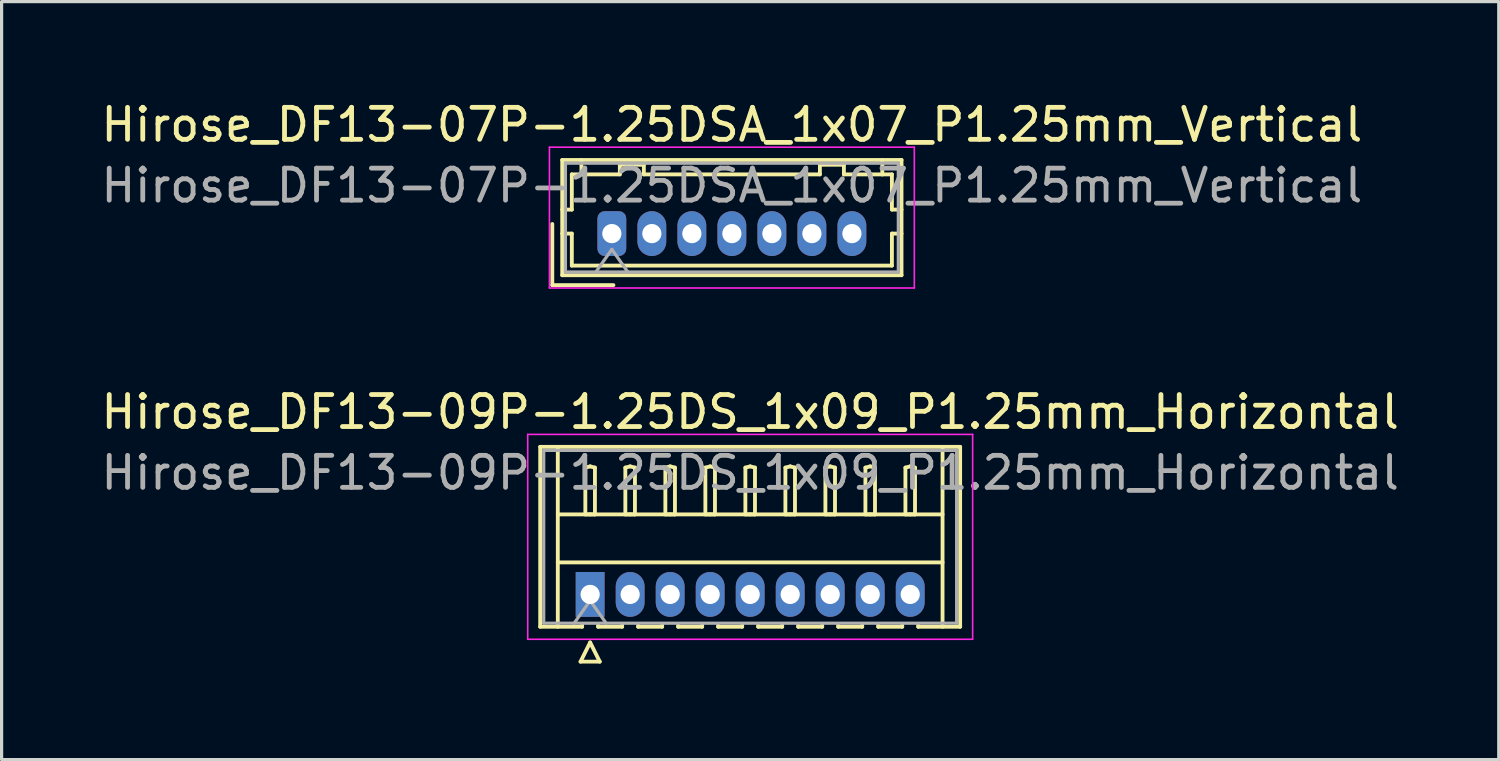
<source format=kicad_pcb>
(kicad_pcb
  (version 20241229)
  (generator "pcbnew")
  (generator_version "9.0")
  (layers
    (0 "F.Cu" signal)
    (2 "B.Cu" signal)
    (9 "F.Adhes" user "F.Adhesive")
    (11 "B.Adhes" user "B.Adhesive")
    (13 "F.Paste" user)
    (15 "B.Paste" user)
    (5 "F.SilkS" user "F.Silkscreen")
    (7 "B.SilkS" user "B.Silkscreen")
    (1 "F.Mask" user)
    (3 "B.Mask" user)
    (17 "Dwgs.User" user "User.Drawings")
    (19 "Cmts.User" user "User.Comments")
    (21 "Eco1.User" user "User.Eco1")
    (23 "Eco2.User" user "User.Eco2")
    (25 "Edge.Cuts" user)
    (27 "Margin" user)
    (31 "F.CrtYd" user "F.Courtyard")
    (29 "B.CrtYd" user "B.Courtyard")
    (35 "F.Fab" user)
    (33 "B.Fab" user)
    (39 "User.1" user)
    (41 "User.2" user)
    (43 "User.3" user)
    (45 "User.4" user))
  (footprint "Hirose_DF13-09P-1.25DS_1x09_P1.25mm_Horizontal"
    (layer "F.Cu")
    (at 15.387 15.521)
    (property "Reference" "Hirose_DF13-09P-1.25DS_1x09_P1.25mm_Horizontal" (at 5 -5.7 0) (layer "F.SilkS") (effects (font (size 1 1) (thickness 0.15))))
    (attr through_hole)
    (fp_line (start -1.56 -4.61) (end 11.56 -4.61) (stroke (width 0.12) (type solid)) (layer "F.SilkS"))
    (fp_line (start -1.56 1.01) (end -1.56 -4.61) (stroke (width 0.12) (type solid)) (layer "F.SilkS"))
    (fp_line (start -1.01 -4.61) (end -1.01 1.01) (stroke (width 0.12) (type solid)) (layer "F.SilkS"))
    (fp_line (start -1.01 -2.5) (end 11.01 -2.5) (stroke (width 0.12) (type solid)) (layer "F.SilkS"))
    (fp_line (start -1.01 -1) (end 11.01 -1) (stroke (width 0.12) (type solid)) (layer "F.SilkS"))
    (fp_line (start -0.3 2.1) (end 0.3 2.1) (stroke (width 0.12) (type solid)) (layer "F.SilkS"))
    (fp_line (start -0.25 0.96) (end -0.25 1.01) (stroke (width 0.12) (type solid)) (layer "F.SilkS"))
    (fp_line (start -0.25 1.01) (end -1.56 1.01) (stroke (width 0.12) (type solid)) (layer "F.SilkS"))
    (fp_line (start -0.15 -3.962) (end 0 -4) (stroke (width 0.12) (type solid)) (layer "F.SilkS"))
    (fp_line (start -0.15 -2.5) (end -0.15 -3.962) (stroke (width 0.12) (type solid)) (layer "F.SilkS"))
    (fp_line (start 0 -4) (end 0.15 -3.962) (stroke (width 0.12) (type solid)) (layer "F.SilkS"))
    (fp_line (start 0 -2.5) (end -0.15 -2.5) (stroke (width 0.12) (type solid)) (layer "F.SilkS"))
    (fp_line (start 0 1.5) (end -0.3 2.1) (stroke (width 0.12) (type solid)) (layer "F.SilkS"))
    (fp_line (start 0.15 -3.962) (end 0.15 -2.5) (stroke (width 0.12) (type solid)) (layer "F.SilkS"))
    (fp_line (start 0.15 -2.5) (end 0 -2.5) (stroke (width 0.12) (type solid)) (layer "F.SilkS"))
    (fp_line (start 0.25 0.96) (end 0.25 1.01) (stroke (width 0.12) (type solid)) (layer "F.SilkS"))
    (fp_line (start 0.25 1.01) (end 1 1.01) (stroke (width 0.12) (type solid)) (layer "F.SilkS"))
    (fp_line (start 0.3 2.1) (end 0 1.5) (stroke (width 0.12) (type solid)) (layer "F.SilkS"))
    (fp_line (start 1 1.01) (end 1 0.96) (stroke (width 0.12) (type solid)) (layer "F.SilkS"))
    (fp_line (start 1.1 -3.962) (end 1.25 -4) (stroke (width 0.12) (type solid)) (layer "F.SilkS"))
    (fp_line (start 1.1 -2.5) (end 1.1 -3.962) (stroke (width 0.12) (type solid)) (layer "F.SilkS"))
    (fp_line (start 1.25 -4) (end 1.4 -3.962) (stroke (width 0.12) (type solid)) (layer "F.SilkS"))
    (fp_line (start 1.25 -2.5) (end 1.1 -2.5) (stroke (width 0.12) (type solid)) (layer "F.SilkS"))
    (fp_line (start 1.4 -3.962) (end 1.4 -2.5) (stroke (width 0.12) (type solid)) (layer "F.SilkS"))
    (fp_line (start 1.4 -2.5) (end 1.25 -2.5) (stroke (width 0.12) (type solid)) (layer "F.SilkS"))
    (fp_line (start 1.5 0.96) (end 1.5 1.01) (stroke (width 0.12) (type solid)) (layer "F.SilkS"))
    (fp_line (start 1.5 1.01) (end 2.25 1.01) (stroke (width 0.12) (type solid)) (layer "F.SilkS"))
    (fp_line (start 2.25 1.01) (end 2.25 0.96) (stroke (width 0.12) (type solid)) (layer "F.SilkS"))
    (fp_line (start 2.35 -3.962) (end 2.5 -4) (stroke (width 0.12) (type solid)) (layer "F.SilkS"))
    (fp_line (start 2.35 -2.5) (end 2.35 -3.962) (stroke (width 0.12) (type solid)) (layer "F.SilkS"))
    (fp_line (start 2.5 -4) (end 2.65 -3.962) (stroke (width 0.12) (type solid)) (layer "F.SilkS"))
    (fp_line (start 2.5 -2.5) (end 2.35 -2.5) (stroke (width 0.12) (type solid)) (layer "F.SilkS"))
    (fp_line (start 2.65 -3.962) (end 2.65 -2.5) (stroke (width 0.12) (type solid)) (layer "F.SilkS"))
    (fp_line (start 2.65 -2.5) (end 2.5 -2.5) (stroke (width 0.12) (type solid)) (layer "F.SilkS"))
    (fp_line (start 2.75 0.96) (end 2.75 1.01) (stroke (width 0.12) (type solid)) (layer "F.SilkS"))
    (fp_line (start 2.75 1.01) (end 3.5 1.01) (stroke (width 0.12) (type solid)) (layer "F.SilkS"))
    (fp_line (start 3.5 1.01) (end 3.5 0.96) (stroke (width 0.12) (type solid)) (layer "F.SilkS"))
    (fp_line (start 3.6 -3.962) (end 3.75 -4) (stroke (width 0.12) (type solid)) (layer "F.SilkS"))
    (fp_line (start 3.6 -2.5) (end 3.6 -3.962) (stroke (width 0.12) (type solid)) (layer "F.SilkS"))
    (fp_line (start 3.75 -4) (end 3.9 -3.962) (stroke (width 0.12) (type solid)) (layer "F.SilkS"))
    (fp_line (start 3.75 -2.5) (end 3.6 -2.5) (stroke (width 0.12) (type solid)) (layer "F.SilkS"))
    (fp_line (start 3.9 -3.962) (end 3.9 -2.5) (stroke (width 0.12) (type solid)) (layer "F.SilkS"))
    (fp_line (start 3.9 -2.5) (end 3.75 -2.5) (stroke (width 0.12) (type solid)) (layer "F.SilkS"))
    (fp_line (start 4 0.96) (end 4 1.01) (stroke (width 0.12) (type solid)) (layer "F.SilkS"))
    (fp_line (start 4 1.01) (end 4.75 1.01) (stroke (width 0.12) (type solid)) (layer "F.SilkS"))
    (fp_line (start 4.75 1.01) (end 4.75 0.96) (stroke (width 0.12) (type solid)) (layer "F.SilkS"))
    (fp_line (start 4.85 -3.962) (end 5 -4) (stroke (width 0.12) (type solid)) (layer "F.SilkS"))
    (fp_line (start 4.85 -2.5) (end 4.85 -3.962) (stroke (width 0.12) (type solid)) (layer "F.SilkS"))
    (fp_line (start 5 -4) (end 5.15 -3.962) (stroke (width 0.12) (type solid)) (layer "F.SilkS"))
    (fp_line (start 5 -2.5) (end 4.85 -2.5) (stroke (width 0.12) (type solid)) (layer "F.SilkS"))
    (fp_line (start 5.15 -3.962) (end 5.15 -2.5) (stroke (width 0.12) (type solid)) (layer "F.SilkS"))
    (fp_line (start 5.15 -2.5) (end 5 -2.5) (stroke (width 0.12) (type solid)) (layer "F.SilkS"))
    (fp_line (start 5.25 0.96) (end 5.25 1.01) (stroke (width 0.12) (type solid)) (layer "F.SilkS"))
    (fp_line (start 5.25 1.01) (end 6 1.01) (stroke (width 0.12) (type solid)) (layer "F.SilkS"))
    (fp_line (start 6 1.01) (end 6 0.96) (stroke (width 0.12) (type solid)) (layer "F.SilkS"))
    (fp_line (start 6.1 -3.962) (end 6.25 -4) (stroke (width 0.12) (type solid)) (layer "F.SilkS"))
    (fp_line (start 6.1 -2.5) (end 6.1 -3.962) (stroke (width 0.12) (type solid)) (layer "F.SilkS"))
    (fp_line (start 6.25 -4) (end 6.4 -3.962) (stroke (width 0.12) (type solid)) (layer "F.SilkS"))
    (fp_line (start 6.25 -2.5) (end 6.1 -2.5) (stroke (width 0.12) (type solid)) (layer "F.SilkS"))
    (fp_line (start 6.4 -3.962) (end 6.4 -2.5) (stroke (width 0.12) (type solid)) (layer "F.SilkS"))
    (fp_line (start 6.4 -2.5) (end 6.25 -2.5) (stroke (width 0.12) (type solid)) (layer "F.SilkS"))
    (fp_line (start 6.5 0.96) (end 6.5 1.01) (stroke (width 0.12) (type solid)) (layer "F.SilkS"))
    (fp_line (start 6.5 1.01) (end 7.25 1.01) (stroke (width 0.12) (type solid)) (layer "F.SilkS"))
    (fp_line (start 7.25 1.01) (end 7.25 0.96) (stroke (width 0.12) (type solid)) (layer "F.SilkS"))
    (fp_line (start 7.35 -3.962) (end 7.5 -4) (stroke (width 0.12) (type solid)) (layer "F.SilkS"))
    (fp_line (start 7.35 -2.5) (end 7.35 -3.962) (stroke (width 0.12) (type solid)) (layer "F.SilkS"))
    (fp_line (start 7.5 -4) (end 7.65 -3.962) (stroke (width 0.12) (type solid)) (layer "F.SilkS"))
    (fp_line (start 7.5 -2.5) (end 7.35 -2.5) (stroke (width 0.12) (type solid)) (layer "F.SilkS"))
    (fp_line (start 7.65 -3.962) (end 7.65 -2.5) (stroke (width 0.12) (type solid)) (layer "F.SilkS"))
    (fp_line (start 7.65 -2.5) (end 7.5 -2.5) (stroke (width 0.12) (type solid)) (layer "F.SilkS"))
    (fp_line (start 7.75 0.96) (end 7.75 1.01) (stroke (width 0.12) (type solid)) (layer "F.SilkS"))
    (fp_line (start 7.75 1.01) (end 8.5 1.01) (stroke (width 0.12) (type solid)) (layer "F.SilkS"))
    (fp_line (start 8.5 1.01) (end 8.5 0.96) (stroke (width 0.12) (type solid)) (layer "F.SilkS"))
    (fp_line (start 8.6 -3.962) (end 8.75 -4) (stroke (width 0.12) (type solid)) (layer "F.SilkS"))
    (fp_line (start 8.6 -2.5) (end 8.6 -3.962) (stroke (width 0.12) (type solid)) (layer "F.SilkS"))
    (fp_line (start 8.75 -4) (end 8.9 -3.962) (stroke (width 0.12) (type solid)) (layer "F.SilkS"))
    (fp_line (start 8.75 -2.5) (end 8.6 -2.5) (stroke (width 0.12) (type solid)) (layer "F.SilkS"))
    (fp_line (start 8.9 -3.962) (end 8.9 -2.5) (stroke (width 0.12) (type solid)) (layer "F.SilkS"))
    (fp_line (start 8.9 -2.5) (end 8.75 -2.5) (stroke (width 0.12) (type solid)) (layer "F.SilkS"))
    (fp_line (start 9 0.96) (end 9 1.01) (stroke (width 0.12) (type solid)) (layer "F.SilkS"))
    (fp_line (start 9 1.01) (end 9.75 1.01) (stroke (width 0.12) (type solid)) (layer "F.SilkS"))
    (fp_line (start 9.75 1.01) (end 9.75 0.96) (stroke (width 0.12) (type solid)) (layer "F.SilkS"))
    (fp_line (start 9.85 -3.962) (end 10 -4) (stroke (width 0.12) (type solid)) (layer "F.SilkS"))
    (fp_line (start 9.85 -2.5) (end 9.85 -3.962) (stroke (width 0.12) (type solid)) (layer "F.SilkS"))
    (fp_line (start 10 -4) (end 10.15 -3.962) (stroke (width 0.12) (type solid)) (layer "F.SilkS"))
    (fp_line (start 10 -2.5) (end 9.85 -2.5) (stroke (width 0.12) (type solid)) (layer "F.SilkS"))
    (fp_line (start 10.15 -3.962) (end 10.15 -2.5) (stroke (width 0.12) (type solid)) (layer "F.SilkS"))
    (fp_line (start 10.15 -2.5) (end 10 -2.5) (stroke (width 0.12) (type solid)) (layer "F.SilkS"))
    (fp_line (start 10.25 1.01) (end 10.25 0.96) (stroke (width 0.12) (type solid)) (layer "F.SilkS"))
    (fp_line (start 11.01 -4.61) (end 11.01 1.01) (stroke (width 0.12) (type solid)) (layer "F.SilkS"))
    (fp_line (start 11.56 -4.61) (end 11.56 1.01) (stroke (width 0.12) (type solid)) (layer "F.SilkS"))
    (fp_line (start 11.56 1.01) (end 10.25 1.01) (stroke (width 0.12) (type solid)) (layer "F.SilkS"))
    (fp_line (start -1.95 -5) (end -1.95 1.4) (stroke (width 0.05) (type solid)) (layer "F.CrtYd"))
    (fp_line (start -1.95 1.4) (end 11.95 1.4) (stroke (width 0.05) (type solid)) (layer "F.CrtYd"))
    (fp_line (start 11.95 -5) (end -1.95 -5) (stroke (width 0.05) (type solid)) (layer "F.CrtYd"))
    (fp_line (start 11.95 1.4) (end 11.95 -5) (stroke (width 0.05) (type solid)) (layer "F.CrtYd"))
    (fp_line (start -1.45 -4.5) (end -1.45 0.9) (stroke (width 0.1) (type solid)) (layer "F.Fab"))
    (fp_line (start -1.45 0.9) (end 11.45 0.9) (stroke (width 0.1) (type solid)) (layer "F.Fab"))
    (fp_line (start -0.5 0.9) (end 0 0.193) (stroke (width 0.1) (type solid)) (layer "F.Fab"))
    (fp_line (start 0 0.193) (end 0.5 0.9) (stroke (width 0.1) (type solid)) (layer "F.Fab"))
    (fp_line (start 11.45 -4.5) (end -1.45 -4.5) (stroke (width 0.1) (type solid)) (layer "F.Fab"))
    (fp_line (start 11.45 0.9) (end 11.45 -4.5) (stroke (width 0.1) (type solid)) (layer "F.Fab"))
    (fp_text user "${REFERENCE}" (at 5 -3.8 0) (layer "F.Fab") (effects (font (size 1 1) (thickness 0.15))))
    (pad "1" thru_hole rect (at 0 0) (size 0.9 1.4) (drill 0.6) (layers "*.Cu" "*.Mask"))
    (pad "2" thru_hole oval (at 1.25 0) (size 0.9 1.4) (drill 0.6) (layers "*.Cu" "*.Mask"))
    (pad "3" thru_hole oval (at 2.5 0) (size 0.9 1.4) (drill 0.6) (layers "*.Cu" "*.Mask"))
    (pad "4" thru_hole oval (at 3.75 0) (size 0.9 1.4) (drill 0.6) (layers "*.Cu" "*.Mask"))
    (pad "5" thru_hole oval (at 5 0) (size 0.9 1.4) (drill 0.6) (layers "*.Cu" "*.Mask"))
    (pad "6" thru_hole oval (at 6.25 0) (size 0.9 1.4) (drill 0.6) (layers "*.Cu" "*.Mask"))
    (pad "7" thru_hole oval (at 7.5 0) (size 0.9 1.4) (drill 0.6) (layers "*.Cu" "*.Mask"))
    (pad "8" thru_hole oval (at 8.75 0) (size 0.9 1.4) (drill 0.6) (layers "*.Cu" "*.Mask"))
    (pad "9" thru_hole oval (at 10 0) (size 0.9 1.4) (drill 0.6) (layers "*.Cu" "*.Mask")))
  (footprint "Hirose_DF13-07P-1.25DSA_1x07_P1.25mm_Vertical"
    (layer "F.Cu")
    (at 16.065 4.248)
    (property "Reference" "Hirose_DF13-07P-1.25DSA_1x07_P1.25mm_Vertical" (at 3.75 -3.4 0) (layer "F.SilkS") (effects (font (size 1 1) (thickness 0.15))))
    (attr through_hole)
    (fp_line (start -1.86 -0.3) (end -1.86 1.61) (stroke (width 0.12) (type solid)) (layer "F.SilkS"))
    (fp_line (start -1.86 1.61) (end 0.05 1.61) (stroke (width 0.12) (type solid)) (layer "F.SilkS"))
    (fp_line (start -1.55 -2.3) (end -1.55 1.3) (stroke (width 0.12) (type solid)) (layer "F.SilkS"))
    (fp_line (start -1.55 -0.75) (end -1.25 -0.75) (stroke (width 0.12) (type solid)) (layer "F.SilkS"))
    (fp_line (start -1.55 0) (end -1.25 0) (stroke (width 0.12) (type solid)) (layer "F.SilkS"))
    (fp_line (start -1.55 1.3) (end 9.05 1.3) (stroke (width 0.12) (type solid)) (layer "F.SilkS"))
    (fp_line (start -1.25 -1.85) (end -0.95 -1.85) (stroke (width 0.12) (type solid)) (layer "F.SilkS"))
    (fp_line (start -1.25 -0.75) (end -1.25 -1.85) (stroke (width 0.12) (type solid)) (layer "F.SilkS"))
    (fp_line (start -1.25 0) (end -1.25 1) (stroke (width 0.12) (type solid)) (layer "F.SilkS"))
    (fp_line (start -1.25 1) (end 8.75 1) (stroke (width 0.12) (type solid)) (layer "F.SilkS"))
    (fp_line (start -0.95 -1.85) (end -0.95 -2.3) (stroke (width 0.12) (type solid)) (layer "F.SilkS"))
    (fp_line (start -0.95 -1.85) (end 0.25 -1.85) (stroke (width 0.12) (type solid)) (layer "F.SilkS"))
    (fp_line (start 0.25 -2.15) (end 1 -2.15) (stroke (width 0.12) (type solid)) (layer "F.SilkS"))
    (fp_line (start 0.25 -1.85) (end 0.25 -2.15) (stroke (width 0.12) (type solid)) (layer "F.SilkS"))
    (fp_line (start 1 -2.15) (end 1 -1.85) (stroke (width 0.12) (type solid)) (layer "F.SilkS"))
    (fp_line (start 1 -1.85) (end 6.5 -1.85) (stroke (width 0.12) (type solid)) (layer "F.SilkS"))
    (fp_line (start 6.5 -2.15) (end 7.25 -2.15) (stroke (width 0.12) (type solid)) (layer "F.SilkS"))
    (fp_line (start 6.5 -1.85) (end 6.5 -2.15) (stroke (width 0.12) (type solid)) (layer "F.SilkS"))
    (fp_line (start 7.25 -2.15) (end 7.25 -1.85) (stroke (width 0.12) (type solid)) (layer "F.SilkS"))
    (fp_line (start 7.25 -1.85) (end 8.45 -1.85) (stroke (width 0.12) (type solid)) (layer "F.SilkS"))
    (fp_line (start 8.45 -1.85) (end 8.45 -2.3) (stroke (width 0.12) (type solid)) (layer "F.SilkS"))
    (fp_line (start 8.75 -1.85) (end 8.45 -1.85) (stroke (width 0.12) (type solid)) (layer "F.SilkS"))
    (fp_line (start 8.75 -0.75) (end 8.75 -1.85) (stroke (width 0.12) (type solid)) (layer "F.SilkS"))
    (fp_line (start 8.75 0) (end 9.05 0) (stroke (width 0.12) (type solid)) (layer "F.SilkS"))
    (fp_line (start 8.75 1) (end 8.75 0) (stroke (width 0.12) (type solid)) (layer "F.SilkS"))
    (fp_line (start 9.05 -2.3) (end -1.55 -2.3) (stroke (width 0.12) (type solid)) (layer "F.SilkS"))
    (fp_line (start 9.05 -0.75) (end 8.75 -0.75) (stroke (width 0.12) (type solid)) (layer "F.SilkS"))
    (fp_line (start 9.05 1.3) (end 9.05 -2.3) (stroke (width 0.12) (type solid)) (layer "F.SilkS"))
    (fp_line (start -1.95 -2.7) (end -1.95 1.7) (stroke (width 0.05) (type solid)) (layer "F.CrtYd"))
    (fp_line (start -1.95 1.7) (end 9.45 1.7) (stroke (width 0.05) (type solid)) (layer "F.CrtYd"))
    (fp_line (start 9.45 -2.7) (end -1.95 -2.7) (stroke (width 0.05) (type solid)) (layer "F.CrtYd"))
    (fp_line (start 9.45 1.7) (end 9.45 -2.7) (stroke (width 0.05) (type solid)) (layer "F.CrtYd"))
    (fp_line (start -1.45 -2.2) (end -1.45 1.2) (stroke (width 0.1) (type solid)) (layer "F.Fab"))
    (fp_line (start -1.45 1.2) (end 8.95 1.2) (stroke (width 0.1) (type solid)) (layer "F.Fab"))
    (fp_line (start -0.5 1.2) (end 0 0.493) (stroke (width 0.1) (type solid)) (layer "F.Fab"))
    (fp_line (start 0 0.493) (end 0.5 1.2) (stroke (width 0.1) (type solid)) (layer "F.Fab"))
    (fp_line (start 8.95 -2.2) (end -1.45 -2.2) (stroke (width 0.1) (type solid)) (layer "F.Fab"))
    (fp_line (start 8.95 1.2) (end 8.95 -2.2) (stroke (width 0.1) (type solid)) (layer "F.Fab"))
    (fp_text user "${REFERENCE}" (at 3.75 -1.5 0) (layer "F.Fab") (effects (font (size 1 1) (thickness 0.15))))
    (pad "1" thru_hole roundrect (at 0 0) (size 0.9 1.4) (drill 0.6) (layers "*.Cu" "*.Mask") (roundrect_rratio 0.25))
    (pad "2" thru_hole oval (at 1.25 0) (size 0.9 1.4) (drill 0.6) (layers "*.Cu" "*.Mask"))
    (pad "3" thru_hole oval (at 2.5 0) (size 0.9 1.4) (drill 0.6) (layers "*.Cu" "*.Mask"))
    (pad "4" thru_hole oval (at 3.75 0) (size 0.9 1.4) (drill 0.6) (layers "*.Cu" "*.Mask"))
    (pad "5" thru_hole oval (at 5 0) (size 0.9 1.4) (drill 0.6) (layers "*.Cu" "*.Mask"))
    (pad "6" thru_hole oval (at 6.25 0) (size 0.9 1.4) (drill 0.6) (layers "*.Cu" "*.Mask"))
    (pad "7" thru_hole oval (at 7.5 0) (size 0.9 1.4) (drill 0.6) (layers "*.Cu" "*.Mask")))
  (gr_rect
    (start -3 -3)
    (end 43.774 20.681)
    (stroke (width 0.1) (type default))
    (fill no)
    (layer "Edge.Cuts")))
</source>
